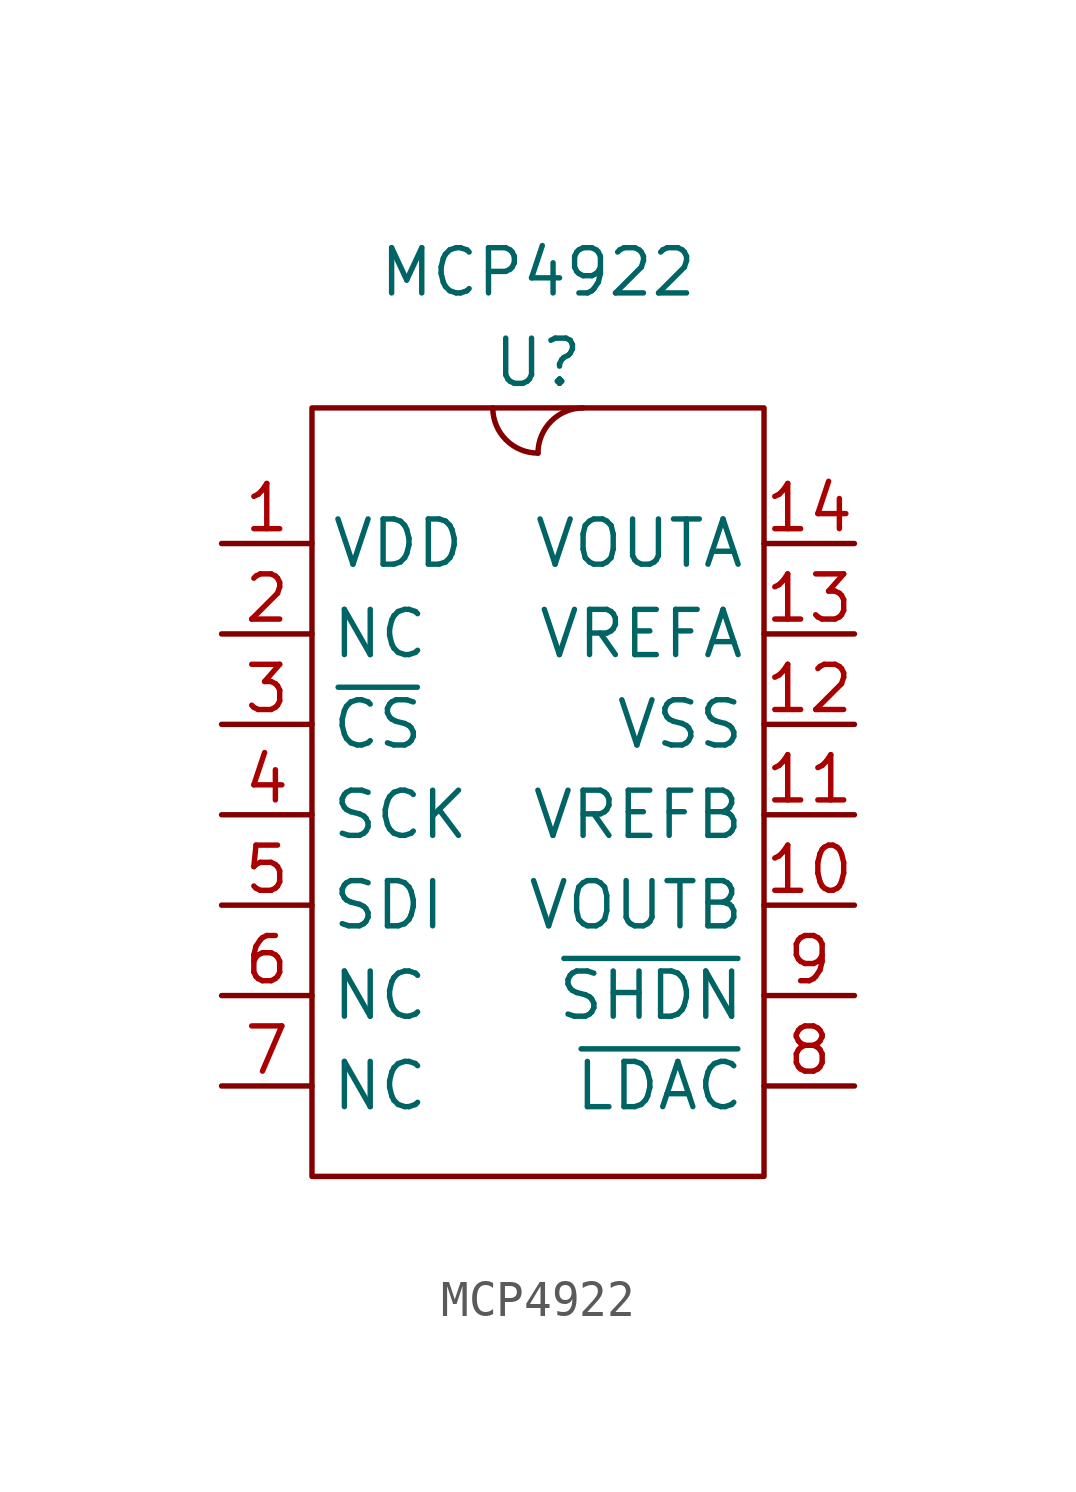
<source format=kicad_sym>
(kicad_symbol_lib
  (version 20211014)
  (generator kicad_symbol_editor)
  (symbol "MCP4922"
    (property "Reference" "U"
      (at 0 11.43 0)
      (effects (font (size 1.27 1.27))))
    (property "Value" "MCP4922"
      (at 0 13.97 0)
      (effects (font (size 1.27 1.27))))
    (symbol "MCP4922_0_1"
      (rectangle (start -6.35 10.16) (end 6.35 -11.43) (stroke (width 0) (type default) (color 0 0 0 0)) (fill (type none)))
      (arc (start -1.27 10.16) (mid -0.898 9.262) (end 0 8.89) (stroke (width 0) (type default) (color 0 0 0 0)) (fill (type none)))
      (arc (start 1.27 10.16) (mid -0.898 11.058) (end 0 8.89) (stroke (width 0) (type default) (color 0 0 0 0)) (fill (type none))))
    (symbol "MCP4922_1_1"
      (pin passive line (at -8.89 6.35 0) (length 2.54) (name "VDD" (effects (font (size 1.27 1.27)))) (number "1" (effects (font (size 1.27 1.27)))))
      (pin passive line (at 8.89 -3.81 180) (length 2.54) (name "VOUTB" (effects (font (size 1.27 1.27)))) (number "10" (effects (font (size 1.27 1.27)))))
      (pin passive line (at 8.89 -1.27 180) (length 2.54) (name "VREFB" (effects (font (size 1.27 1.27)))) (number "11" (effects (font (size 1.27 1.27)))))
      (pin passive line (at 8.89 1.27 180) (length 2.54) (name "VSS" (effects (font (size 1.27 1.27)))) (number "12" (effects (font (size 1.27 1.27)))))
      (pin passive line (at 8.89 3.81 180) (length 2.54) (name "VREFA" (effects (font (size 1.27 1.27)))) (number "13" (effects (font (size 1.27 1.27)))))
      (pin passive line (at 8.89 6.35 180) (length 2.54) (name "VOUTA" (effects (font (size 1.27 1.27)))) (number "14" (effects (font (size 1.27 1.27)))))
      (pin passive line (at -8.89 3.81 0) (length 2.54) (name "NC" (effects (font (size 1.27 1.27)))) (number "2" (effects (font (size 1.27 1.27)))))
      (pin passive line (at -8.89 1.27 0) (length 2.54) (name "~{CS}" (effects (font (size 1.27 1.27)))) (number "3" (effects (font (size 1.27 1.27)))))
      (pin passive line (at -8.89 -1.27 0) (length 2.54) (name "SCK" (effects (font (size 1.27 1.27)))) (number "4" (effects (font (size 1.27 1.27)))))
      (pin passive line (at -8.89 -3.81 0) (length 2.54) (name "SDI" (effects (font (size 1.27 1.27)))) (number "5" (effects (font (size 1.27 1.27)))))
      (pin passive line (at -8.89 -6.35 0) (length 2.54) (name "NC" (effects (font (size 1.27 1.27)))) (number "6" (effects (font (size 1.27 1.27)))))
      (pin passive line (at -8.89 -8.89 0) (length 2.54) (name "NC" (effects (font (size 1.27 1.27)))) (number "7" (effects (font (size 1.27 1.27)))))
      (pin passive line (at 8.89 -8.89 180) (length 2.54) (name "~{LDAC}" (effects (font (size 1.27 1.27)))) (number "8" (effects (font (size 1.27 1.27)))))
      (pin passive line (at 8.89 -6.35 180) (length 2.54) (name "~{SHDN}" (effects (font (size 1.27 1.27)))) (number "9" (effects (font (size 1.27 1.27))))))))
</source>
